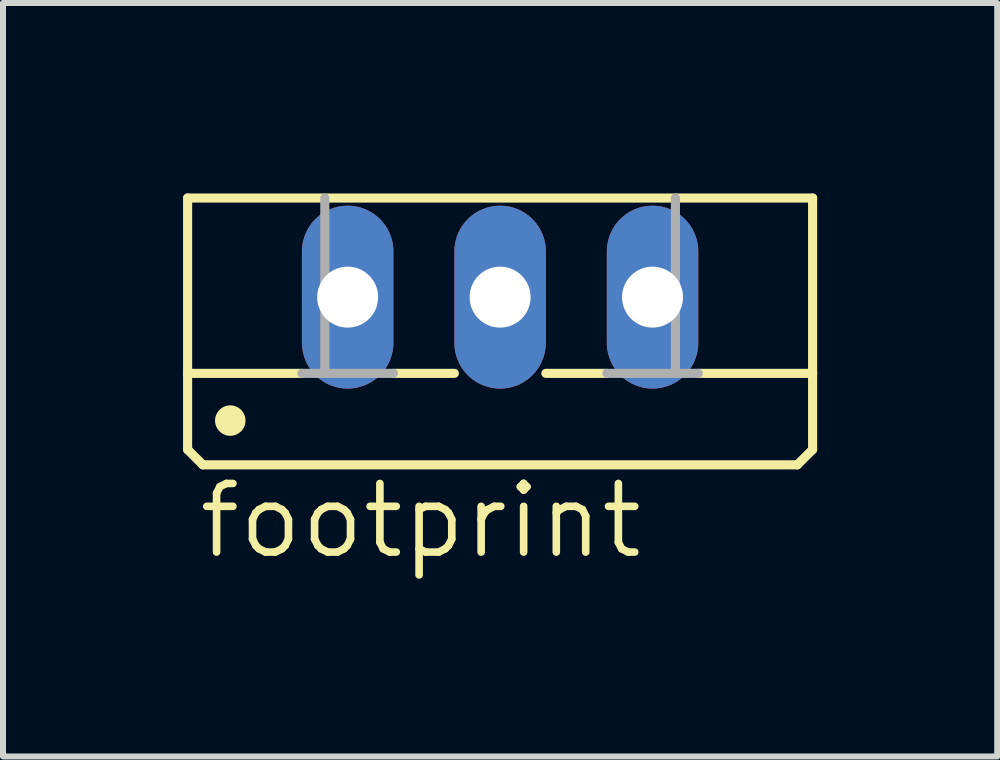
<source format=kicad_pcb>
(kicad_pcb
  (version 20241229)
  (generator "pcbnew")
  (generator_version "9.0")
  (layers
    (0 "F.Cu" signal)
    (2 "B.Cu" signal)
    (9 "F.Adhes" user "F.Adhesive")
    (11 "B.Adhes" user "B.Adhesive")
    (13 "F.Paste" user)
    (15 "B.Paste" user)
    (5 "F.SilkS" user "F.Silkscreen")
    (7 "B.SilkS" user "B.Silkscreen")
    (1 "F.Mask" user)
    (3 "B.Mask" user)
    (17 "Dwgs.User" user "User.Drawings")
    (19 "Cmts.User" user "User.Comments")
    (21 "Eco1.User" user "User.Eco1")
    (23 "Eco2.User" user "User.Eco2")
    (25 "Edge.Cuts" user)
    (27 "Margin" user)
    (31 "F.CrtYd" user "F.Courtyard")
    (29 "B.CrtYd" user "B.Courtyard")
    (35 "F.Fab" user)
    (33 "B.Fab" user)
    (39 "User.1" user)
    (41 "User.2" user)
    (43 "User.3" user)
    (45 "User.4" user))
  (footprint "footprint"
    (layer "F.Cu")
    (at 5.283 0.25)
    (property "Reference" "footprint" (at -5.08 6.045 0) (layer "F.SilkS") (effects (font (size 1.143 1.143) (thickness 0.127)) (justify left bottom)))
    (fp_line (start -5.207 2.921) (end -5.207 0) (stroke (width 0.152) (type solid)) (layer "F.SilkS"))
    (fp_line (start -5.207 2.921) (end -3.302 2.921) (stroke (width 0.152) (type solid)) (layer "F.SilkS"))
    (fp_line (start -5.207 4.191) (end -5.207 2.921) (stroke (width 0.152) (type solid)) (layer "F.SilkS"))
    (fp_line (start -5.207 4.191) (end -4.953 4.445) (stroke (width 0.152) (type solid)) (layer "F.SilkS"))
    (fp_line (start -1.778 2.921) (end -0.762 2.921) (stroke (width 0.152) (type solid)) (layer "F.SilkS"))
    (fp_line (start 0.762 2.921) (end 1.778 2.921) (stroke (width 0.152) (type solid)) (layer "F.SilkS"))
    (fp_line (start 4.953 4.445) (end -4.953 4.445) (stroke (width 0.152) (type solid)) (layer "F.SilkS"))
    (fp_line (start 4.953 4.445) (end 5.207 4.191) (stroke (width 0.152) (type solid)) (layer "F.SilkS"))
    (fp_line (start 5.207 0) (end -5.207 0) (stroke (width 0.152) (type solid)) (layer "F.SilkS"))
    (fp_line (start 5.207 2.921) (end 3.302 2.921) (stroke (width 0.152) (type solid)) (layer "F.SilkS"))
    (fp_line (start 5.207 2.921) (end 5.207 0) (stroke (width 0.152) (type solid)) (layer "F.SilkS"))
    (fp_line (start 5.207 4.191) (end 5.207 2.921) (stroke (width 0.152) (type solid)) (layer "F.SilkS"))
    (fp_circle (center -4.496 3.708) (end -4.369 3.708) (stroke (width 0.254) (type solid)) (fill yes) (layer "F.SilkS"))
    (fp_line (start -3.302 2.921) (end -2.921 2.921) (stroke (width 0.152) (type solid)) (layer "F.Fab"))
    (fp_line (start -2.921 2.921) (end -2.921 0) (stroke (width 0.152) (type solid)) (layer "F.Fab"))
    (fp_line (start -2.921 2.921) (end -1.778 2.921) (stroke (width 0.152) (type solid)) (layer "F.Fab"))
    (fp_line (start 2.921 2.921) (end 1.778 2.921) (stroke (width 0.152) (type solid)) (layer "F.Fab"))
    (fp_line (start 2.921 2.921) (end 2.921 0) (stroke (width 0.152) (type solid)) (layer "F.Fab"))
    (fp_line (start 3.302 2.921) (end 2.921 2.921) (stroke (width 0.152) (type solid)) (layer "F.Fab"))
    (pad "A1" thru_hole oval (at -2.54 1.651 90) (size 3.048 1.524) (drill 1.016) (layers "*.Cu" "*.Mask"))
    (pad "A2" thru_hole oval (at 2.54 1.651 90) (size 3.048 1.524) (drill 1.016) (layers "*.Cu" "*.Mask"))
    (pad "C" thru_hole oval (at 0 1.651 90) (size 3.048 1.524) (drill 1.016) (layers "*.Cu" "*.Mask")))
  (gr_rect
    (start -3 -3)
    (end 13.566 9.554)
    (stroke (width 0.1) (type default))
    (fill no)
    (layer "Edge.Cuts")))
</source>
